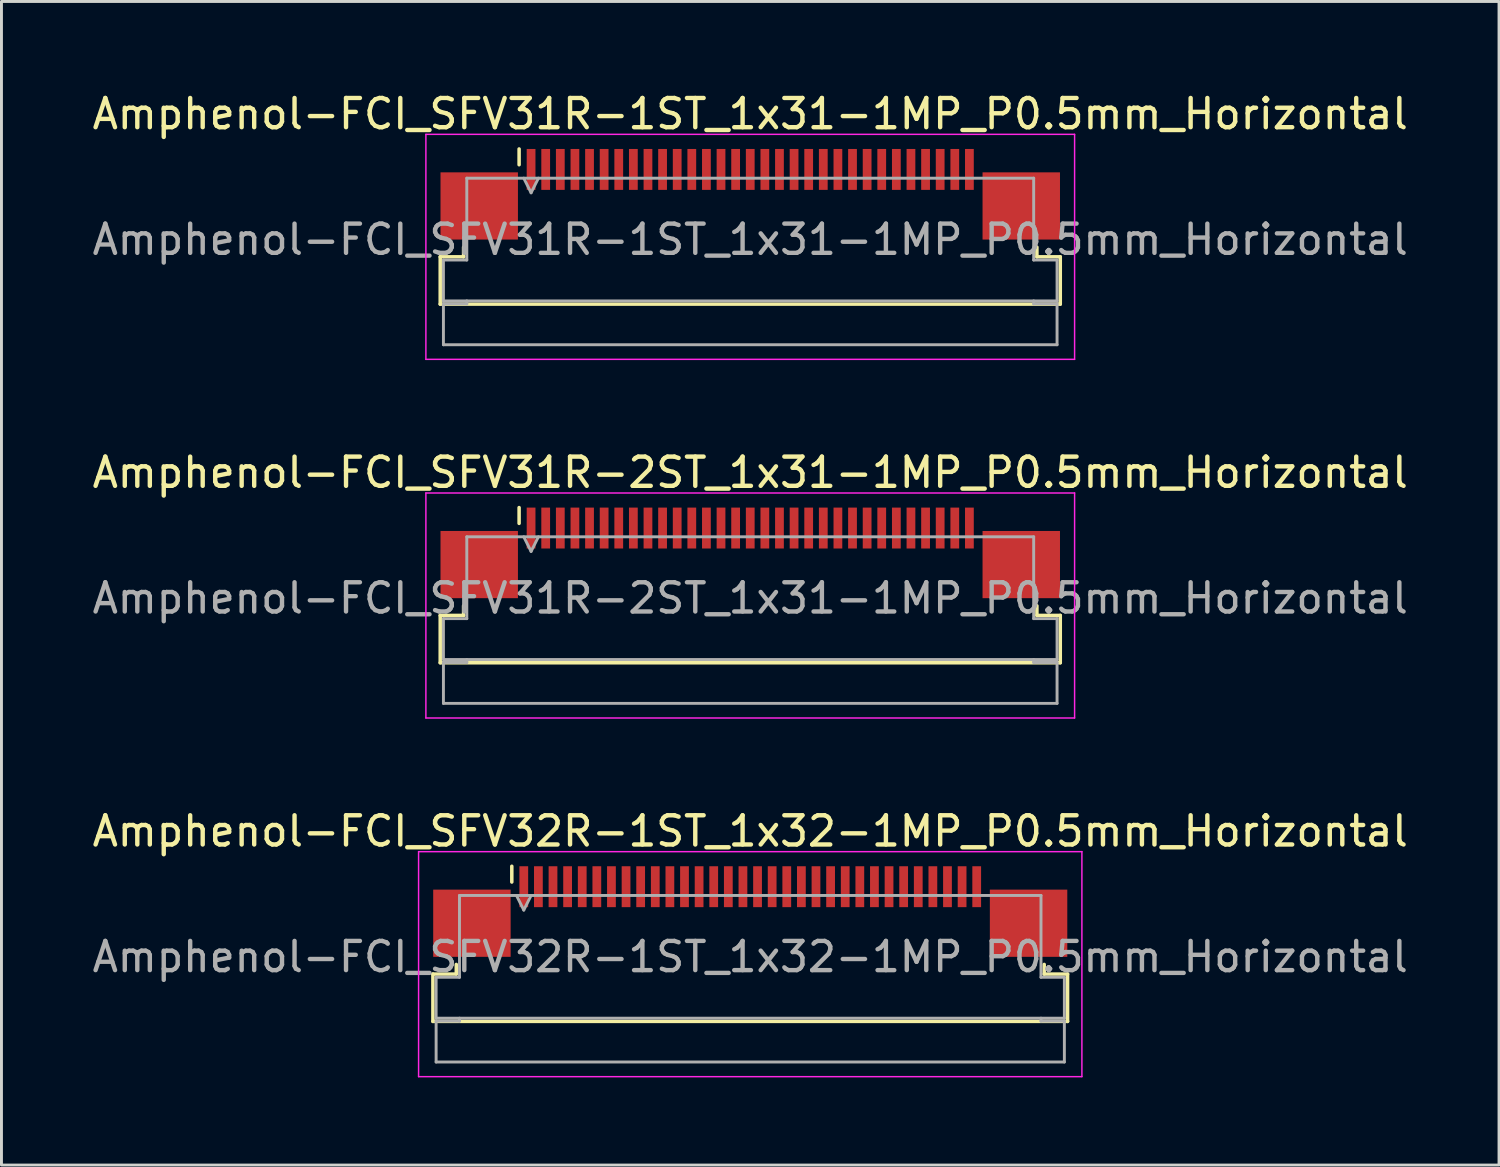
<source format=kicad_pcb>
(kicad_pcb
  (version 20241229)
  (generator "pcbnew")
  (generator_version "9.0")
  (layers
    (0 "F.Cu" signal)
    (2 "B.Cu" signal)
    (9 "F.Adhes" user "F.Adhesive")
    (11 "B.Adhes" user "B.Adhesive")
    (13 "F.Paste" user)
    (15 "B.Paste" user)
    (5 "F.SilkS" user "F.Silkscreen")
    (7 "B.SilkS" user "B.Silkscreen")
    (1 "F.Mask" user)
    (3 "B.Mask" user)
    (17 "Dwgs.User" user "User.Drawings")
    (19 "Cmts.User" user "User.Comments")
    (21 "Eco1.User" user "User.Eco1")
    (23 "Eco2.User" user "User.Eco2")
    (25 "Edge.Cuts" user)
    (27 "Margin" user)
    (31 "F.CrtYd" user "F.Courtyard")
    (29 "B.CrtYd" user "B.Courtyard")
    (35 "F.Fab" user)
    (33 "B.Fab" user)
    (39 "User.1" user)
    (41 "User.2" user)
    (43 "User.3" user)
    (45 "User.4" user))
  (footprint "Amphenol-FCI_SFV32R-1ST_1x32-1MP_P0.5mm_Horizontal"
    (layer "F.Cu")
    (at 22.625 29.295)
    (property "Reference" "Amphenol-FCI_SFV32R-1ST_1x32-1MP_P0.5mm_Horizontal" (at 0 -3.9 0) (layer "F.SilkS") (effects (font (size 1 1) (thickness 0.15))))
    (attr smd)
    (fp_line (start -10.86 0.99) (end -10.06 0.99) (stroke (width 0.12) (type solid)) (layer "F.SilkS"))
    (fp_line (start -10.86 2.61) (end -10.86 0.99) (stroke (width 0.12) (type solid)) (layer "F.SilkS"))
    (fp_line (start -10.06 0.99) (end -10.06 0.66) (stroke (width 0.12) (type solid)) (layer "F.SilkS"))
    (fp_line (start -8.16 -2.16) (end -8.16 -2.7) (stroke (width 0.12) (type solid)) (layer "F.SilkS"))
    (fp_line (start 10.06 0.66) (end 10.06 0.99) (stroke (width 0.12) (type solid)) (layer "F.SilkS"))
    (fp_line (start 10.06 0.99) (end 10.86 0.99) (stroke (width 0.12) (type solid)) (layer "F.SilkS"))
    (fp_line (start 10.86 0.99) (end 10.86 2.61) (stroke (width 0.12) (type solid)) (layer "F.SilkS"))
    (fp_line (start 10.86 2.61) (end -10.86 2.61) (stroke (width 0.12) (type solid)) (layer "F.SilkS"))
    (fp_line (start -11.35 -3.2) (end -11.35 4.5) (stroke (width 0.05) (type solid)) (layer "F.CrtYd"))
    (fp_line (start -11.35 4.5) (end 11.35 4.5) (stroke (width 0.05) (type solid)) (layer "F.CrtYd"))
    (fp_line (start 11.35 -3.2) (end -11.35 -3.2) (stroke (width 0.05) (type solid)) (layer "F.CrtYd"))
    (fp_line (start 11.35 4.5) (end 11.35 -3.2) (stroke (width 0.05) (type solid)) (layer "F.CrtYd"))
    (fp_line (start -10.75 1.1) (end -9.95 1.1) (stroke (width 0.1) (type solid)) (layer "F.Fab"))
    (fp_line (start -10.75 2.5) (end -10.75 1.1) (stroke (width 0.1) (type solid)) (layer "F.Fab"))
    (fp_line (start -10.75 2.6) (end -9.95 2.6) (stroke (width 0.1) (type solid)) (layer "F.Fab"))
    (fp_line (start -10.75 4) (end -10.75 2.6) (stroke (width 0.1) (type solid)) (layer "F.Fab"))
    (fp_line (start -9.95 -1.7) (end 9.95 -1.7) (stroke (width 0.1) (type solid)) (layer "F.Fab"))
    (fp_line (start -9.95 1.1) (end -9.95 -1.7) (stroke (width 0.1) (type solid)) (layer "F.Fab"))
    (fp_line (start -9.95 2.6) (end -9.95 2.5) (stroke (width 0.1) (type solid)) (layer "F.Fab"))
    (fp_line (start -8 -1.7) (end -7.75 -1.2) (stroke (width 0.1) (type solid)) (layer "F.Fab"))
    (fp_line (start -7.75 -1.2) (end -7.5 -1.7) (stroke (width 0.1) (type solid)) (layer "F.Fab"))
    (fp_line (start 9.95 -1.7) (end 9.95 1.1) (stroke (width 0.1) (type solid)) (layer "F.Fab"))
    (fp_line (start 9.95 1.1) (end 10.75 1.1) (stroke (width 0.1) (type solid)) (layer "F.Fab"))
    (fp_line (start 9.95 2.5) (end 9.95 2.6) (stroke (width 0.1) (type solid)) (layer "F.Fab"))
    (fp_line (start 9.95 2.6) (end 10.75 2.6) (stroke (width 0.1) (type solid)) (layer "F.Fab"))
    (fp_line (start 10.75 1.1) (end 10.75 2.5) (stroke (width 0.1) (type solid)) (layer "F.Fab"))
    (fp_line (start 10.75 2.5) (end -10.75 2.5) (stroke (width 0.1) (type solid)) (layer "F.Fab"))
    (fp_line (start 10.75 2.6) (end 10.75 4) (stroke (width 0.1) (type solid)) (layer "F.Fab"))
    (fp_line (start 10.75 4) (end -10.75 4) (stroke (width 0.1) (type solid)) (layer "F.Fab"))
    (fp_text user "${REFERENCE}" (at 0 0.4 0) (layer "F.Fab") (effects (font (size 1 1) (thickness 0.15))))
    (pad "1" smd rect (at -7.75 -2) (size 0.3 1.4) (layers "F.Cu" "F.Mask" "F.Paste"))
    (pad "2" smd rect (at -7.25 -2) (size 0.3 1.4) (layers "F.Cu" "F.Mask" "F.Paste"))
    (pad "3" smd rect (at -6.75 -2) (size 0.3 1.4) (layers "F.Cu" "F.Mask" "F.Paste"))
    (pad "4" smd rect (at -6.25 -2) (size 0.3 1.4) (layers "F.Cu" "F.Mask" "F.Paste"))
    (pad "5" smd rect (at -5.75 -2) (size 0.3 1.4) (layers "F.Cu" "F.Mask" "F.Paste"))
    (pad "6" smd rect (at -5.25 -2) (size 0.3 1.4) (layers "F.Cu" "F.Mask" "F.Paste"))
    (pad "7" smd rect (at -4.75 -2) (size 0.3 1.4) (layers "F.Cu" "F.Mask" "F.Paste"))
    (pad "8" smd rect (at -4.25 -2) (size 0.3 1.4) (layers "F.Cu" "F.Mask" "F.Paste"))
    (pad "9" smd rect (at -3.75 -2) (size 0.3 1.4) (layers "F.Cu" "F.Mask" "F.Paste"))
    (pad "10" smd rect (at -3.25 -2) (size 0.3 1.4) (layers "F.Cu" "F.Mask" "F.Paste"))
    (pad "11" smd rect (at -2.75 -2) (size 0.3 1.4) (layers "F.Cu" "F.Mask" "F.Paste"))
    (pad "12" smd rect (at -2.25 -2) (size 0.3 1.4) (layers "F.Cu" "F.Mask" "F.Paste"))
    (pad "13" smd rect (at -1.75 -2) (size 0.3 1.4) (layers "F.Cu" "F.Mask" "F.Paste"))
    (pad "14" smd rect (at -1.25 -2) (size 0.3 1.4) (layers "F.Cu" "F.Mask" "F.Paste"))
    (pad "15" smd rect (at -0.75 -2) (size 0.3 1.4) (layers "F.Cu" "F.Mask" "F.Paste"))
    (pad "16" smd rect (at -0.25 -2) (size 0.3 1.4) (layers "F.Cu" "F.Mask" "F.Paste"))
    (pad "17" smd rect (at 0.25 -2) (size 0.3 1.4) (layers "F.Cu" "F.Mask" "F.Paste"))
    (pad "18" smd rect (at 0.75 -2) (size 0.3 1.4) (layers "F.Cu" "F.Mask" "F.Paste"))
    (pad "19" smd rect (at 1.25 -2) (size 0.3 1.4) (layers "F.Cu" "F.Mask" "F.Paste"))
    (pad "20" smd rect (at 1.75 -2) (size 0.3 1.4) (layers "F.Cu" "F.Mask" "F.Paste"))
    (pad "21" smd rect (at 2.25 -2) (size 0.3 1.4) (layers "F.Cu" "F.Mask" "F.Paste"))
    (pad "22" smd rect (at 2.75 -2) (size 0.3 1.4) (layers "F.Cu" "F.Mask" "F.Paste"))
    (pad "23" smd rect (at 3.25 -2) (size 0.3 1.4) (layers "F.Cu" "F.Mask" "F.Paste"))
    (pad "24" smd rect (at 3.75 -2) (size 0.3 1.4) (layers "F.Cu" "F.Mask" "F.Paste"))
    (pad "25" smd rect (at 4.25 -2) (size 0.3 1.4) (layers "F.Cu" "F.Mask" "F.Paste"))
    (pad "26" smd rect (at 4.75 -2) (size 0.3 1.4) (layers "F.Cu" "F.Mask" "F.Paste"))
    (pad "27" smd rect (at 5.25 -2) (size 0.3 1.4) (layers "F.Cu" "F.Mask" "F.Paste"))
    (pad "28" smd rect (at 5.75 -2) (size 0.3 1.4) (layers "F.Cu" "F.Mask" "F.Paste"))
    (pad "29" smd rect (at 6.25 -2) (size 0.3 1.4) (layers "F.Cu" "F.Mask" "F.Paste"))
    (pad "30" smd rect (at 6.75 -2) (size 0.3 1.4) (layers "F.Cu" "F.Mask" "F.Paste"))
    (pad "31" smd rect (at 7.25 -2) (size 0.3 1.4) (layers "F.Cu" "F.Mask" "F.Paste"))
    (pad "32" smd rect (at 7.75 -2) (size 0.3 1.4) (layers "F.Cu" "F.Mask" "F.Paste"))
    (pad "MP" smd rect (at -9.525 -0.75) (size 2.65 2.3) (layers "F.Cu" "F.Mask" "F.Paste"))
    (pad "MP" smd rect (at 9.525 -0.75) (size 2.65 2.3) (layers "F.Cu" "F.Mask" "F.Paste")))
  (footprint "Amphenol-FCI_SFV31R-2ST_1x31-1MP_P0.5mm_Horizontal"
    (layer "F.Cu")
    (at 22.625 17.021)
    (property "Reference" "Amphenol-FCI_SFV31R-2ST_1x31-1MP_P0.5mm_Horizontal" (at 0 -3.9 0) (layer "F.SilkS") (effects (font (size 1 1) (thickness 0.15))))
    (attr smd)
    (fp_line (start -10.61 0.99) (end -9.81 0.99) (stroke (width 0.12) (type solid)) (layer "F.SilkS"))
    (fp_line (start -10.61 2.61) (end -10.61 0.99) (stroke (width 0.12) (type solid)) (layer "F.SilkS"))
    (fp_line (start -9.81 0.99) (end -9.81 0.66) (stroke (width 0.12) (type solid)) (layer "F.SilkS"))
    (fp_line (start -7.91 -2.16) (end -7.91 -2.7) (stroke (width 0.12) (type solid)) (layer "F.SilkS"))
    (fp_line (start 9.81 0.66) (end 9.81 0.99) (stroke (width 0.12) (type solid)) (layer "F.SilkS"))
    (fp_line (start 9.81 0.99) (end 10.61 0.99) (stroke (width 0.12) (type solid)) (layer "F.SilkS"))
    (fp_line (start 10.61 0.99) (end 10.61 2.61) (stroke (width 0.12) (type solid)) (layer "F.SilkS"))
    (fp_line (start 10.61 2.61) (end -10.61 2.61) (stroke (width 0.12) (type solid)) (layer "F.SilkS"))
    (fp_line (start -11.1 -3.2) (end -11.1 4.5) (stroke (width 0.05) (type solid)) (layer "F.CrtYd"))
    (fp_line (start -11.1 4.5) (end 11.1 4.5) (stroke (width 0.05) (type solid)) (layer "F.CrtYd"))
    (fp_line (start 11.1 -3.2) (end -11.1 -3.2) (stroke (width 0.05) (type solid)) (layer "F.CrtYd"))
    (fp_line (start 11.1 4.5) (end 11.1 -3.2) (stroke (width 0.05) (type solid)) (layer "F.CrtYd"))
    (fp_line (start -10.5 1.1) (end -9.7 1.1) (stroke (width 0.1) (type solid)) (layer "F.Fab"))
    (fp_line (start -10.5 2.5) (end -10.5 1.1) (stroke (width 0.1) (type solid)) (layer "F.Fab"))
    (fp_line (start -10.5 2.6) (end -9.7 2.6) (stroke (width 0.1) (type solid)) (layer "F.Fab"))
    (fp_line (start -10.5 4) (end -10.5 2.6) (stroke (width 0.1) (type solid)) (layer "F.Fab"))
    (fp_line (start -9.7 -1.7) (end 9.7 -1.7) (stroke (width 0.1) (type solid)) (layer "F.Fab"))
    (fp_line (start -9.7 1.1) (end -9.7 -1.7) (stroke (width 0.1) (type solid)) (layer "F.Fab"))
    (fp_line (start -9.7 2.6) (end -9.7 2.5) (stroke (width 0.1) (type solid)) (layer "F.Fab"))
    (fp_line (start -7.75 -1.7) (end -7.5 -1.2) (stroke (width 0.1) (type solid)) (layer "F.Fab"))
    (fp_line (start -7.5 -1.2) (end -7.25 -1.7) (stroke (width 0.1) (type solid)) (layer "F.Fab"))
    (fp_line (start 9.7 -1.7) (end 9.7 1.1) (stroke (width 0.1) (type solid)) (layer "F.Fab"))
    (fp_line (start 9.7 1.1) (end 10.5 1.1) (stroke (width 0.1) (type solid)) (layer "F.Fab"))
    (fp_line (start 9.7 2.5) (end 9.7 2.6) (stroke (width 0.1) (type solid)) (layer "F.Fab"))
    (fp_line (start 9.7 2.6) (end 10.5 2.6) (stroke (width 0.1) (type solid)) (layer "F.Fab"))
    (fp_line (start 10.5 1.1) (end 10.5 2.5) (stroke (width 0.1) (type solid)) (layer "F.Fab"))
    (fp_line (start 10.5 2.5) (end -10.5 2.5) (stroke (width 0.1) (type solid)) (layer "F.Fab"))
    (fp_line (start 10.5 2.6) (end 10.5 4) (stroke (width 0.1) (type solid)) (layer "F.Fab"))
    (fp_line (start 10.5 4) (end -10.5 4) (stroke (width 0.1) (type solid)) (layer "F.Fab"))
    (fp_text user "${REFERENCE}" (at 0 0.4 0) (layer "F.Fab") (effects (font (size 1 1) (thickness 0.15))))
    (pad "1" smd rect (at -7.5 -2) (size 0.3 1.4) (layers "F.Cu" "F.Mask" "F.Paste"))
    (pad "2" smd rect (at -7 -2) (size 0.3 1.4) (layers "F.Cu" "F.Mask" "F.Paste"))
    (pad "3" smd rect (at -6.5 -2) (size 0.3 1.4) (layers "F.Cu" "F.Mask" "F.Paste"))
    (pad "4" smd rect (at -6 -2) (size 0.3 1.4) (layers "F.Cu" "F.Mask" "F.Paste"))
    (pad "5" smd rect (at -5.5 -2) (size 0.3 1.4) (layers "F.Cu" "F.Mask" "F.Paste"))
    (pad "6" smd rect (at -5 -2) (size 0.3 1.4) (layers "F.Cu" "F.Mask" "F.Paste"))
    (pad "7" smd rect (at -4.5 -2) (size 0.3 1.4) (layers "F.Cu" "F.Mask" "F.Paste"))
    (pad "8" smd rect (at -4 -2) (size 0.3 1.4) (layers "F.Cu" "F.Mask" "F.Paste"))
    (pad "9" smd rect (at -3.5 -2) (size 0.3 1.4) (layers "F.Cu" "F.Mask" "F.Paste"))
    (pad "10" smd rect (at -3 -2) (size 0.3 1.4) (layers "F.Cu" "F.Mask" "F.Paste"))
    (pad "11" smd rect (at -2.5 -2) (size 0.3 1.4) (layers "F.Cu" "F.Mask" "F.Paste"))
    (pad "12" smd rect (at -2 -2) (size 0.3 1.4) (layers "F.Cu" "F.Mask" "F.Paste"))
    (pad "13" smd rect (at -1.5 -2) (size 0.3 1.4) (layers "F.Cu" "F.Mask" "F.Paste"))
    (pad "14" smd rect (at -1 -2) (size 0.3 1.4) (layers "F.Cu" "F.Mask" "F.Paste"))
    (pad "15" smd rect (at -0.5 -2) (size 0.3 1.4) (layers "F.Cu" "F.Mask" "F.Paste"))
    (pad "16" smd rect (at 0 -2) (size 0.3 1.4) (layers "F.Cu" "F.Mask" "F.Paste"))
    (pad "17" smd rect (at 0.5 -2) (size 0.3 1.4) (layers "F.Cu" "F.Mask" "F.Paste"))
    (pad "18" smd rect (at 1 -2) (size 0.3 1.4) (layers "F.Cu" "F.Mask" "F.Paste"))
    (pad "19" smd rect (at 1.5 -2) (size 0.3 1.4) (layers "F.Cu" "F.Mask" "F.Paste"))
    (pad "20" smd rect (at 2 -2) (size 0.3 1.4) (layers "F.Cu" "F.Mask" "F.Paste"))
    (pad "21" smd rect (at 2.5 -2) (size 0.3 1.4) (layers "F.Cu" "F.Mask" "F.Paste"))
    (pad "22" smd rect (at 3 -2) (size 0.3 1.4) (layers "F.Cu" "F.Mask" "F.Paste"))
    (pad "23" smd rect (at 3.5 -2) (size 0.3 1.4) (layers "F.Cu" "F.Mask" "F.Paste"))
    (pad "24" smd rect (at 4 -2) (size 0.3 1.4) (layers "F.Cu" "F.Mask" "F.Paste"))
    (pad "25" smd rect (at 4.5 -2) (size 0.3 1.4) (layers "F.Cu" "F.Mask" "F.Paste"))
    (pad "26" smd rect (at 5 -2) (size 0.3 1.4) (layers "F.Cu" "F.Mask" "F.Paste"))
    (pad "27" smd rect (at 5.5 -2) (size 0.3 1.4) (layers "F.Cu" "F.Mask" "F.Paste"))
    (pad "28" smd rect (at 6 -2) (size 0.3 1.4) (layers "F.Cu" "F.Mask" "F.Paste"))
    (pad "29" smd rect (at 6.5 -2) (size 0.3 1.4) (layers "F.Cu" "F.Mask" "F.Paste"))
    (pad "30" smd rect (at 7 -2) (size 0.3 1.4) (layers "F.Cu" "F.Mask" "F.Paste"))
    (pad "31" smd rect (at 7.5 -2) (size 0.3 1.4) (layers "F.Cu" "F.Mask" "F.Paste"))
    (pad "MP" smd rect (at -9.275 -0.75) (size 2.65 2.3) (layers "F.Cu" "F.Mask" "F.Paste"))
    (pad "MP" smd rect (at 9.275 -0.75) (size 2.65 2.3) (layers "F.Cu" "F.Mask" "F.Paste")))
  (footprint "Amphenol-FCI_SFV31R-1ST_1x31-1MP_P0.5mm_Horizontal"
    (layer "F.Cu")
    (at 22.625 4.748)
    (property "Reference" "Amphenol-FCI_SFV31R-1ST_1x31-1MP_P0.5mm_Horizontal" (at 0 -3.9 0) (layer "F.SilkS") (effects (font (size 1 1) (thickness 0.15))))
    (attr smd)
    (fp_line (start -10.61 0.99) (end -9.81 0.99) (stroke (width 0.12) (type solid)) (layer "F.SilkS"))
    (fp_line (start -10.61 2.61) (end -10.61 0.99) (stroke (width 0.12) (type solid)) (layer "F.SilkS"))
    (fp_line (start -9.81 0.99) (end -9.81 0.66) (stroke (width 0.12) (type solid)) (layer "F.SilkS"))
    (fp_line (start -7.91 -2.16) (end -7.91 -2.7) (stroke (width 0.12) (type solid)) (layer "F.SilkS"))
    (fp_line (start 9.81 0.66) (end 9.81 0.99) (stroke (width 0.12) (type solid)) (layer "F.SilkS"))
    (fp_line (start 9.81 0.99) (end 10.61 0.99) (stroke (width 0.12) (type solid)) (layer "F.SilkS"))
    (fp_line (start 10.61 0.99) (end 10.61 2.61) (stroke (width 0.12) (type solid)) (layer "F.SilkS"))
    (fp_line (start 10.61 2.61) (end -10.61 2.61) (stroke (width 0.12) (type solid)) (layer "F.SilkS"))
    (fp_line (start -11.1 -3.2) (end -11.1 4.5) (stroke (width 0.05) (type solid)) (layer "F.CrtYd"))
    (fp_line (start -11.1 4.5) (end 11.1 4.5) (stroke (width 0.05) (type solid)) (layer "F.CrtYd"))
    (fp_line (start 11.1 -3.2) (end -11.1 -3.2) (stroke (width 0.05) (type solid)) (layer "F.CrtYd"))
    (fp_line (start 11.1 4.5) (end 11.1 -3.2) (stroke (width 0.05) (type solid)) (layer "F.CrtYd"))
    (fp_line (start -10.5 1.1) (end -9.7 1.1) (stroke (width 0.1) (type solid)) (layer "F.Fab"))
    (fp_line (start -10.5 2.5) (end -10.5 1.1) (stroke (width 0.1) (type solid)) (layer "F.Fab"))
    (fp_line (start -10.5 2.6) (end -9.7 2.6) (stroke (width 0.1) (type solid)) (layer "F.Fab"))
    (fp_line (start -10.5 4) (end -10.5 2.6) (stroke (width 0.1) (type solid)) (layer "F.Fab"))
    (fp_line (start -9.7 -1.7) (end 9.7 -1.7) (stroke (width 0.1) (type solid)) (layer "F.Fab"))
    (fp_line (start -9.7 1.1) (end -9.7 -1.7) (stroke (width 0.1) (type solid)) (layer "F.Fab"))
    (fp_line (start -9.7 2.6) (end -9.7 2.5) (stroke (width 0.1) (type solid)) (layer "F.Fab"))
    (fp_line (start -7.75 -1.7) (end -7.5 -1.2) (stroke (width 0.1) (type solid)) (layer "F.Fab"))
    (fp_line (start -7.5 -1.2) (end -7.25 -1.7) (stroke (width 0.1) (type solid)) (layer "F.Fab"))
    (fp_line (start 9.7 -1.7) (end 9.7 1.1) (stroke (width 0.1) (type solid)) (layer "F.Fab"))
    (fp_line (start 9.7 1.1) (end 10.5 1.1) (stroke (width 0.1) (type solid)) (layer "F.Fab"))
    (fp_line (start 9.7 2.5) (end 9.7 2.6) (stroke (width 0.1) (type solid)) (layer "F.Fab"))
    (fp_line (start 9.7 2.6) (end 10.5 2.6) (stroke (width 0.1) (type solid)) (layer "F.Fab"))
    (fp_line (start 10.5 1.1) (end 10.5 2.5) (stroke (width 0.1) (type solid)) (layer "F.Fab"))
    (fp_line (start 10.5 2.5) (end -10.5 2.5) (stroke (width 0.1) (type solid)) (layer "F.Fab"))
    (fp_line (start 10.5 2.6) (end 10.5 4) (stroke (width 0.1) (type solid)) (layer "F.Fab"))
    (fp_line (start 10.5 4) (end -10.5 4) (stroke (width 0.1) (type solid)) (layer "F.Fab"))
    (fp_text user "${REFERENCE}" (at 0 0.4 0) (layer "F.Fab") (effects (font (size 1 1) (thickness 0.15))))
    (pad "1" smd rect (at -7.5 -2) (size 0.3 1.4) (layers "F.Cu" "F.Mask" "F.Paste"))
    (pad "2" smd rect (at -7 -2) (size 0.3 1.4) (layers "F.Cu" "F.Mask" "F.Paste"))
    (pad "3" smd rect (at -6.5 -2) (size 0.3 1.4) (layers "F.Cu" "F.Mask" "F.Paste"))
    (pad "4" smd rect (at -6 -2) (size 0.3 1.4) (layers "F.Cu" "F.Mask" "F.Paste"))
    (pad "5" smd rect (at -5.5 -2) (size 0.3 1.4) (layers "F.Cu" "F.Mask" "F.Paste"))
    (pad "6" smd rect (at -5 -2) (size 0.3 1.4) (layers "F.Cu" "F.Mask" "F.Paste"))
    (pad "7" smd rect (at -4.5 -2) (size 0.3 1.4) (layers "F.Cu" "F.Mask" "F.Paste"))
    (pad "8" smd rect (at -4 -2) (size 0.3 1.4) (layers "F.Cu" "F.Mask" "F.Paste"))
    (pad "9" smd rect (at -3.5 -2) (size 0.3 1.4) (layers "F.Cu" "F.Mask" "F.Paste"))
    (pad "10" smd rect (at -3 -2) (size 0.3 1.4) (layers "F.Cu" "F.Mask" "F.Paste"))
    (pad "11" smd rect (at -2.5 -2) (size 0.3 1.4) (layers "F.Cu" "F.Mask" "F.Paste"))
    (pad "12" smd rect (at -2 -2) (size 0.3 1.4) (layers "F.Cu" "F.Mask" "F.Paste"))
    (pad "13" smd rect (at -1.5 -2) (size 0.3 1.4) (layers "F.Cu" "F.Mask" "F.Paste"))
    (pad "14" smd rect (at -1 -2) (size 0.3 1.4) (layers "F.Cu" "F.Mask" "F.Paste"))
    (pad "15" smd rect (at -0.5 -2) (size 0.3 1.4) (layers "F.Cu" "F.Mask" "F.Paste"))
    (pad "16" smd rect (at 0 -2) (size 0.3 1.4) (layers "F.Cu" "F.Mask" "F.Paste"))
    (pad "17" smd rect (at 0.5 -2) (size 0.3 1.4) (layers "F.Cu" "F.Mask" "F.Paste"))
    (pad "18" smd rect (at 1 -2) (size 0.3 1.4) (layers "F.Cu" "F.Mask" "F.Paste"))
    (pad "19" smd rect (at 1.5 -2) (size 0.3 1.4) (layers "F.Cu" "F.Mask" "F.Paste"))
    (pad "20" smd rect (at 2 -2) (size 0.3 1.4) (layers "F.Cu" "F.Mask" "F.Paste"))
    (pad "21" smd rect (at 2.5 -2) (size 0.3 1.4) (layers "F.Cu" "F.Mask" "F.Paste"))
    (pad "22" smd rect (at 3 -2) (size 0.3 1.4) (layers "F.Cu" "F.Mask" "F.Paste"))
    (pad "23" smd rect (at 3.5 -2) (size 0.3 1.4) (layers "F.Cu" "F.Mask" "F.Paste"))
    (pad "24" smd rect (at 4 -2) (size 0.3 1.4) (layers "F.Cu" "F.Mask" "F.Paste"))
    (pad "25" smd rect (at 4.5 -2) (size 0.3 1.4) (layers "F.Cu" "F.Mask" "F.Paste"))
    (pad "26" smd rect (at 5 -2) (size 0.3 1.4) (layers "F.Cu" "F.Mask" "F.Paste"))
    (pad "27" smd rect (at 5.5 -2) (size 0.3 1.4) (layers "F.Cu" "F.Mask" "F.Paste"))
    (pad "28" smd rect (at 6 -2) (size 0.3 1.4) (layers "F.Cu" "F.Mask" "F.Paste"))
    (pad "29" smd rect (at 6.5 -2) (size 0.3 1.4) (layers "F.Cu" "F.Mask" "F.Paste"))
    (pad "30" smd rect (at 7 -2) (size 0.3 1.4) (layers "F.Cu" "F.Mask" "F.Paste"))
    (pad "31" smd rect (at 7.5 -2) (size 0.3 1.4) (layers "F.Cu" "F.Mask" "F.Paste"))
    (pad "MP" smd rect (at -9.275 -0.75) (size 2.65 2.3) (layers "F.Cu" "F.Mask" "F.Paste"))
    (pad "MP" smd rect (at 9.275 -0.75) (size 2.65 2.3) (layers "F.Cu" "F.Mask" "F.Paste")))
  (gr_rect
    (start -3 -3)
    (end 48.25 36.82)
    (stroke (width 0.1) (type default))
    (fill no)
    (layer "Edge.Cuts")))
</source>
